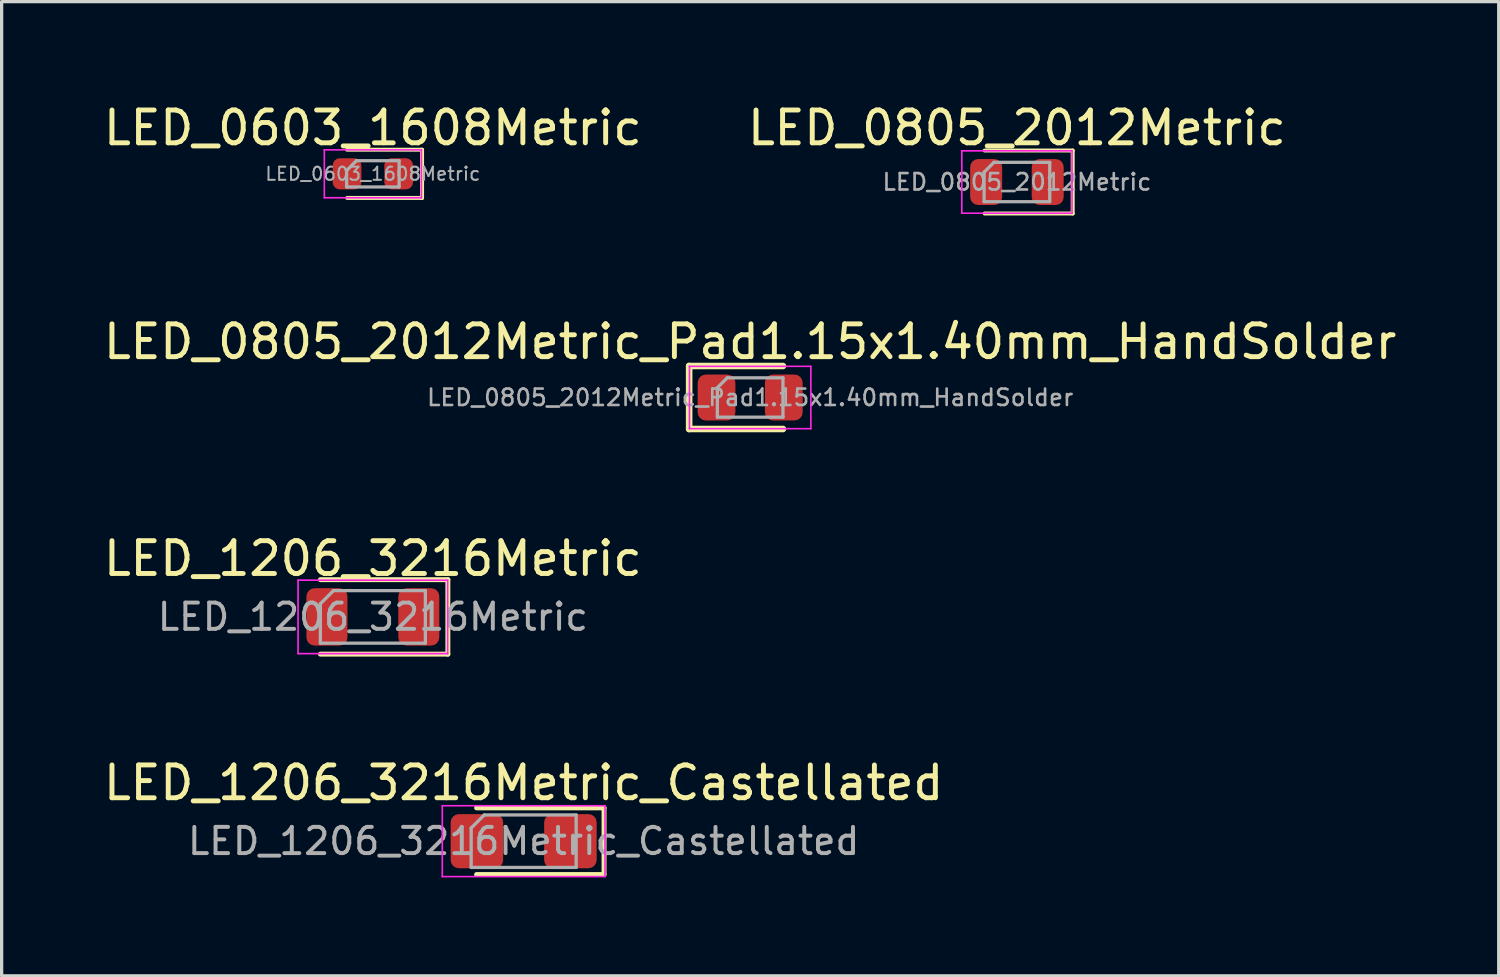
<source format=kicad_pcb>
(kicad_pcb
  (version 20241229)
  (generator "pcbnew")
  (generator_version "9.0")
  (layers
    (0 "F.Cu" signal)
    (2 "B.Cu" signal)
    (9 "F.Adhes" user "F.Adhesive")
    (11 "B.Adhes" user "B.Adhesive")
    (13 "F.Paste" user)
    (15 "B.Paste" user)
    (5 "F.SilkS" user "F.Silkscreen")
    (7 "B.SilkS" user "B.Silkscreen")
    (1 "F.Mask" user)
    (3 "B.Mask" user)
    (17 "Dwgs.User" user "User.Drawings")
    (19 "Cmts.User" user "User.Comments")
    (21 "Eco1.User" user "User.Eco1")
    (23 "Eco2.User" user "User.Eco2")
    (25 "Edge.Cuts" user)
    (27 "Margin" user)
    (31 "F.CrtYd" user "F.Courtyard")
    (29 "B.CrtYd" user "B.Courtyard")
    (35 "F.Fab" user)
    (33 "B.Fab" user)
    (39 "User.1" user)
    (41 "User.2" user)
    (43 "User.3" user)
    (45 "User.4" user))
  (footprint "LED_1206_3216Metric_Castellated"
    (layer "F.Cu")
    (at 12.911 22.589)
    (property "Reference" "LED_1206_3216Metric_Castellated" (at 0 -1.778 0) (layer "F.SilkS") (effects (font (size 1 1) (thickness 0.15))))
    (attr smd)
    (fp_line (start -1.435 1.016) (end 2.45 1.016) (stroke (width 0.15) (type solid)) (layer "F.SilkS"))
    (fp_line (start 2.45 -1.016) (end -1.435 -1.016) (stroke (width 0.15) (type solid)) (layer "F.SilkS"))
    (fp_line (start 2.45 1.016) (end 2.45 -1.016) (stroke (width 0.15) (type solid)) (layer "F.SilkS"))
    (fp_line (start -2.48 -1.08) (end 2.48 -1.08) (stroke (width 0.05) (type solid)) (layer "F.CrtYd"))
    (fp_line (start -2.48 1.08) (end -2.48 -1.08) (stroke (width 0.05) (type solid)) (layer "F.CrtYd"))
    (fp_line (start 2.48 -1.08) (end 2.48 1.08) (stroke (width 0.05) (type solid)) (layer "F.CrtYd"))
    (fp_line (start 2.48 1.08) (end -2.48 1.08) (stroke (width 0.05) (type solid)) (layer "F.CrtYd"))
    (fp_line (start -1.6 -0.4) (end -1.6 0.8) (stroke (width 0.1) (type solid)) (layer "F.Fab"))
    (fp_line (start -1.6 0.8) (end 1.6 0.8) (stroke (width 0.1) (type solid)) (layer "F.Fab"))
    (fp_line (start -1.2 -0.8) (end -1.6 -0.4) (stroke (width 0.1) (type solid)) (layer "F.Fab"))
    (fp_line (start 1.6 -0.8) (end -1.2 -0.8) (stroke (width 0.1) (type solid)) (layer "F.Fab"))
    (fp_line (start 1.6 0.8) (end 1.6 -0.8) (stroke (width 0.1) (type solid)) (layer "F.Fab"))
    (fp_text user "${REFERENCE}" (at 0 0 0) (layer "F.Fab") (effects (font (size 0.8 0.8) (thickness 0.12))))
    (pad "1" smd roundrect (at -1.425 0) (size 1.6 1.65) (layers "F.Cu" "F.Mask" "F.Paste") (roundrect_rratio 0.156))
    (pad "2" smd roundrect (at 1.425 0) (size 1.6 1.65) (layers "F.Cu" "F.Mask" "F.Paste") (roundrect_rratio 0.156)))
  (footprint "LED_0603_1608Metric"
    (layer "F.Cu")
    (at 8.315 2.248)
    (property "Reference" "LED_0603_1608Metric" (at 0 -1.4 0) (layer "F.SilkS") (effects (font (size 1 1) (thickness 0.15))))
    (attr smd)
    (fp_line (start -0.785 0.735) (end 1.5 0.735) (stroke (width 0.12) (type solid)) (layer "F.SilkS"))
    (fp_line (start 1.5 -0.735) (end -0.785 -0.735) (stroke (width 0.12) (type solid)) (layer "F.SilkS"))
    (fp_line (start 1.5 0.735) (end 1.5 -0.735) (stroke (width 0.12) (type solid)) (layer "F.SilkS"))
    (fp_line (start -1.48 -0.73) (end 1.48 -0.73) (stroke (width 0.05) (type solid)) (layer "F.CrtYd"))
    (fp_line (start -1.48 0.73) (end -1.48 -0.73) (stroke (width 0.05) (type solid)) (layer "F.CrtYd"))
    (fp_line (start 1.48 -0.73) (end 1.48 0.73) (stroke (width 0.05) (type solid)) (layer "F.CrtYd"))
    (fp_line (start 1.48 0.73) (end -1.48 0.73) (stroke (width 0.05) (type solid)) (layer "F.CrtYd"))
    (fp_line (start -0.8 -0.1) (end -0.8 0.4) (stroke (width 0.1) (type solid)) (layer "F.Fab"))
    (fp_line (start -0.8 0.4) (end 0.8 0.4) (stroke (width 0.1) (type solid)) (layer "F.Fab"))
    (fp_line (start -0.5 -0.4) (end -0.8 -0.1) (stroke (width 0.1) (type solid)) (layer "F.Fab"))
    (fp_line (start 0.8 -0.4) (end -0.5 -0.4) (stroke (width 0.1) (type solid)) (layer "F.Fab"))
    (fp_line (start 0.8 0.4) (end 0.8 -0.4) (stroke (width 0.1) (type solid)) (layer "F.Fab"))
    (fp_text user "${REFERENCE}" (at 0 0 0) (layer "F.Fab") (effects (font (size 0.4 0.4) (thickness 0.06))))
    (pad "1" smd roundrect (at -0.787 0) (size 0.875 0.95) (layers "F.Cu" "F.Mask" "F.Paste") (roundrect_rratio 0.25))
    (pad "2" smd roundrect (at 0.787 0) (size 0.875 0.95) (layers "F.Cu" "F.Mask" "F.Paste") (roundrect_rratio 0.25)))
  (footprint "LED_0805_2012Metric"
    (layer "F.Cu")
    (at 27.946 2.498)
    (property "Reference" "LED_0805_2012Metric" (at 0 -1.65 0) (layer "F.SilkS") (effects (font (size 1 1) (thickness 0.15))))
    (attr smd)
    (fp_line (start -0.985 0.96) (end 1.7 0.96) (stroke (width 0.12) (type solid)) (layer "F.SilkS"))
    (fp_line (start 1.7 -0.96) (end -0.985 -0.96) (stroke (width 0.12) (type solid)) (layer "F.SilkS"))
    (fp_line (start 1.7 0.96) (end 1.7 -0.96) (stroke (width 0.12) (type solid)) (layer "F.SilkS"))
    (fp_line (start -1.68 -0.95) (end 1.68 -0.95) (stroke (width 0.05) (type solid)) (layer "F.CrtYd"))
    (fp_line (start -1.68 0.95) (end -1.68 -0.95) (stroke (width 0.05) (type solid)) (layer "F.CrtYd"))
    (fp_line (start 1.68 -0.95) (end 1.68 0.95) (stroke (width 0.05) (type solid)) (layer "F.CrtYd"))
    (fp_line (start 1.68 0.95) (end -1.68 0.95) (stroke (width 0.05) (type solid)) (layer "F.CrtYd"))
    (fp_line (start -1 -0.3) (end -1 0.6) (stroke (width 0.1) (type solid)) (layer "F.Fab"))
    (fp_line (start -1 0.6) (end 1 0.6) (stroke (width 0.1) (type solid)) (layer "F.Fab"))
    (fp_line (start -0.7 -0.6) (end -1 -0.3) (stroke (width 0.1) (type solid)) (layer "F.Fab"))
    (fp_line (start 1 -0.6) (end -0.7 -0.6) (stroke (width 0.1) (type solid)) (layer "F.Fab"))
    (fp_line (start 1 0.6) (end 1 -0.6) (stroke (width 0.1) (type solid)) (layer "F.Fab"))
    (fp_text user "${REFERENCE}" (at 0 0 0) (layer "F.Fab") (effects (font (size 0.5 0.5) (thickness 0.08))))
    (pad "1" smd roundrect (at -0.938 0) (size 0.975 1.4) (layers "F.Cu" "F.Mask" "F.Paste") (roundrect_rratio 0.25))
    (pad "2" smd roundrect (at 0.938 0) (size 0.975 1.4) (layers "F.Cu" "F.Mask" "F.Paste") (roundrect_rratio 0.25)))
  (footprint "LED_1206_3216Metric"
    (layer "F.Cu")
    (at 8.315 15.753)
    (property "Reference" "LED_1206_3216Metric" (at 0 -1.778 0) (layer "F.SilkS") (effects (font (size 1 1) (thickness 0.15))))
    (attr smd)
    (fp_line (start -1.599 1.135) (end 2.286 1.135) (stroke (width 0.15) (type solid)) (layer "F.SilkS"))
    (fp_line (start 2.286 -1.135) (end -1.599 -1.135) (stroke (width 0.15) (type solid)) (layer "F.SilkS"))
    (fp_line (start 2.286 1.135) (end 2.286 -1.135) (stroke (width 0.15) (type solid)) (layer "F.SilkS"))
    (fp_line (start -2.28 -1.12) (end 2.28 -1.12) (stroke (width 0.05) (type solid)) (layer "F.CrtYd"))
    (fp_line (start -2.28 1.12) (end -2.28 -1.12) (stroke (width 0.05) (type solid)) (layer "F.CrtYd"))
    (fp_line (start 2.28 -1.12) (end 2.28 1.12) (stroke (width 0.05) (type solid)) (layer "F.CrtYd"))
    (fp_line (start 2.28 1.12) (end -2.28 1.12) (stroke (width 0.05) (type solid)) (layer "F.CrtYd"))
    (fp_line (start -1.6 -0.4) (end -1.6 0.8) (stroke (width 0.1) (type solid)) (layer "F.Fab"))
    (fp_line (start -1.6 0.8) (end 1.6 0.8) (stroke (width 0.1) (type solid)) (layer "F.Fab"))
    (fp_line (start -1.2 -0.8) (end -1.6 -0.4) (stroke (width 0.1) (type solid)) (layer "F.Fab"))
    (fp_line (start 1.6 -0.8) (end -1.2 -0.8) (stroke (width 0.1) (type solid)) (layer "F.Fab"))
    (fp_line (start 1.6 0.8) (end 1.6 -0.8) (stroke (width 0.1) (type solid)) (layer "F.Fab"))
    (fp_text user "${REFERENCE}" (at 0 0 0) (layer "F.Fab") (effects (font (size 0.8 0.8) (thickness 0.12))))
    (pad "1" smd roundrect (at -1.4 0) (size 1.25 1.75) (layers "F.Cu" "F.Mask" "F.Paste") (roundrect_rratio 0.2))
    (pad "2" smd roundrect (at 1.4 0) (size 1.25 1.75) (layers "F.Cu" "F.Mask" "F.Paste") (roundrect_rratio 0.2)))
  (footprint "LED_0805_2012Metric_Pad1.15x1.40mm_HandSolder"
    (layer "F.Cu")
    (at 19.815 9.066)
    (property "Reference" "LED_0805_2012Metric_Pad1.15x1.40mm_HandSolder" (at 0 -1.7 0) (layer "F.SilkS") (effects (font (size 1 1) (thickness 0.15))))
    (attr smd)
    (fp_line (start -1.86 -0.96) (end -1.86 0.96) (stroke (width 0.2) (type solid)) (layer "F.SilkS"))
    (fp_line (start -1.86 0.96) (end 1 0.96) (stroke (width 0.2) (type solid)) (layer "F.SilkS"))
    (fp_line (start 1 -0.96) (end -1.86 -0.96) (stroke (width 0.2) (type solid)) (layer "F.SilkS"))
    (fp_line (start -1.85 -0.95) (end 1.85 -0.95) (stroke (width 0.05) (type solid)) (layer "F.CrtYd"))
    (fp_line (start -1.85 0.95) (end -1.85 -0.95) (stroke (width 0.05) (type solid)) (layer "F.CrtYd"))
    (fp_line (start 1.85 -0.95) (end 1.85 0.95) (stroke (width 0.05) (type solid)) (layer "F.CrtYd"))
    (fp_line (start 1.85 0.95) (end -1.85 0.95) (stroke (width 0.05) (type solid)) (layer "F.CrtYd"))
    (fp_line (start -1 -0.3) (end -1 0.6) (stroke (width 0.1) (type solid)) (layer "F.Fab"))
    (fp_line (start -1 0.6) (end 1 0.6) (stroke (width 0.1) (type solid)) (layer "F.Fab"))
    (fp_line (start -0.7 -0.6) (end -1 -0.3) (stroke (width 0.1) (type solid)) (layer "F.Fab"))
    (fp_line (start 1 -0.6) (end -0.7 -0.6) (stroke (width 0.1) (type solid)) (layer "F.Fab"))
    (fp_line (start 1 0.6) (end 1 -0.6) (stroke (width 0.1) (type solid)) (layer "F.Fab"))
    (fp_text user "${REFERENCE}" (at 0 0 0) (layer "F.Fab") (effects (font (size 0.5 0.5) (thickness 0.08))))
    (pad "1" smd roundrect (at 1.025 0) (size 1.15 1.4) (layers "F.Cu" "F.Mask" "F.Paste") (roundrect_rratio 0.217))
    (pad "2" smd roundrect (at -1.025 0) (size 1.15 1.4) (layers "F.Cu" "F.Mask" "F.Paste") (roundrect_rratio 0.217)))
  (gr_rect
    (start -3 -3)
    (end 42.631 26.694)
    (stroke (width 0.1) (type default))
    (fill no)
    (layer "Edge.Cuts")))
</source>
